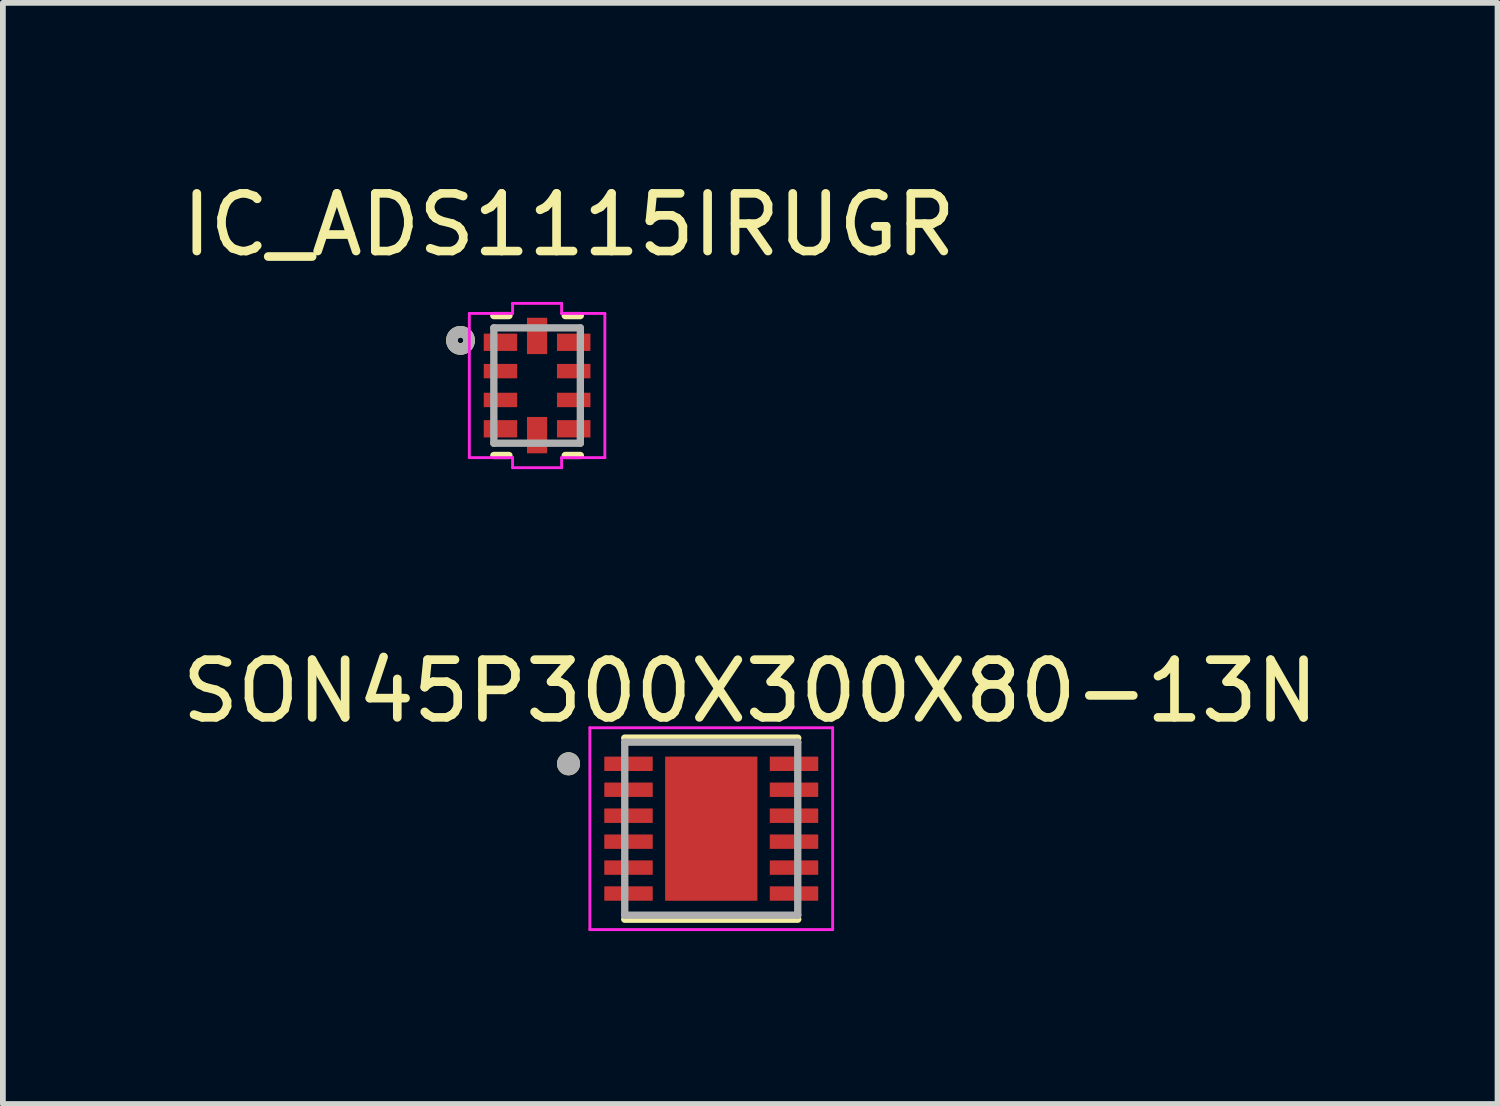
<source format=kicad_pcb>
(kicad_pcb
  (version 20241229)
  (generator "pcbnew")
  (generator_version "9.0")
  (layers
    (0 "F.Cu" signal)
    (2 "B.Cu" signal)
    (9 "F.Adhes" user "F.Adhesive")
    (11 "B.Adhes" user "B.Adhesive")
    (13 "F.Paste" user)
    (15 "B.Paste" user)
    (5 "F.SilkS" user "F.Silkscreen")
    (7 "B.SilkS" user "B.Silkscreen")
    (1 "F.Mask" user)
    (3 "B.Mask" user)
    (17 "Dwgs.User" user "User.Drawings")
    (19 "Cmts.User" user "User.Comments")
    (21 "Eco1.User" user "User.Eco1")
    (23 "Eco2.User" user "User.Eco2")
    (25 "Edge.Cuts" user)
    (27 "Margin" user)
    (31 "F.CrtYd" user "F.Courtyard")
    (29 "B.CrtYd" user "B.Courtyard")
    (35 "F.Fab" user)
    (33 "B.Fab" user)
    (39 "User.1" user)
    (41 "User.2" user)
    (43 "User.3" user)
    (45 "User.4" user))
  (footprint "SON45P300X300X80-13N"
    (layer "F.Cu")
    (at 9.283 11.319)
    (property "Reference" "SON45P300X300X80-13N" (at 0.675 -2.385 0) (layer "F.SilkS") (effects (font (size 1 1) (thickness 0.15))))
    (attr smd)
    (fp_line (start -1.5 -1.57) (end 1.5 -1.57) (stroke (width 0.127) (type solid)) (layer "F.SilkS"))
    (fp_line (start -1.5 1.57) (end 1.5 1.57) (stroke (width 0.127) (type solid)) (layer "F.SilkS"))
    (fp_circle (center -2.475 -1.125) (end -2.375 -1.125) (stroke (width 0.2) (type solid)) (fill no) (layer "F.SilkS"))
    (fp_poly (pts (xy -0.51 -0.79) (xy 0.51 -0.79) (xy 0.51 0.79) (xy -0.51 0.79)) (stroke (width 0.01) (type solid)) (fill yes) (layer "F.Paste"))
    (fp_line (start -2.105 -1.75) (end -2.105 1.75) (stroke (width 0.05) (type solid)) (layer "F.CrtYd"))
    (fp_line (start -2.105 -1.75) (end 2.105 -1.75) (stroke (width 0.05) (type solid)) (layer "F.CrtYd"))
    (fp_line (start -2.105 1.75) (end 2.105 1.75) (stroke (width 0.05) (type solid)) (layer "F.CrtYd"))
    (fp_line (start 2.105 -1.75) (end 2.105 1.75) (stroke (width 0.05) (type solid)) (layer "F.CrtYd"))
    (fp_line (start -1.5 -1.5) (end -1.5 1.5) (stroke (width 0.127) (type solid)) (layer "F.Fab"))
    (fp_line (start -1.5 -1.5) (end 1.5 -1.5) (stroke (width 0.127) (type solid)) (layer "F.Fab"))
    (fp_line (start -1.5 1.5) (end 1.5 1.5) (stroke (width 0.127) (type solid)) (layer "F.Fab"))
    (fp_line (start 1.5 -1.5) (end 1.5 1.5) (stroke (width 0.127) (type solid)) (layer "F.Fab"))
    (fp_circle (center -2.475 -1.125) (end -2.375 -1.125) (stroke (width 0.2) (type solid)) (fill no) (layer "F.Fab"))
    (pad "1" smd roundrect (at -1.435 -1.125) (size 0.84 0.25) (layers "F.Cu" "F.Mask" "F.Paste") (roundrect_rratio 0.03))
    (pad "2" smd roundrect (at -1.435 -0.675) (size 0.84 0.25) (layers "F.Cu" "F.Mask" "F.Paste") (roundrect_rratio 0.03))
    (pad "3" smd roundrect (at -1.435 -0.225) (size 0.84 0.25) (layers "F.Cu" "F.Mask" "F.Paste") (roundrect_rratio 0.03))
    (pad "4" smd roundrect (at -1.435 0.225) (size 0.84 0.25) (layers "F.Cu" "F.Mask" "F.Paste") (roundrect_rratio 0.03))
    (pad "5" smd roundrect (at -1.435 0.675) (size 0.84 0.25) (layers "F.Cu" "F.Mask" "F.Paste") (roundrect_rratio 0.03))
    (pad "6" smd roundrect (at -1.435 1.125) (size 0.84 0.25) (layers "F.Cu" "F.Mask" "F.Paste") (roundrect_rratio 0.03))
    (pad "7" smd roundrect (at 1.435 1.125) (size 0.84 0.25) (layers "F.Cu" "F.Mask" "F.Paste") (roundrect_rratio 0.03))
    (pad "8" smd roundrect (at 1.435 0.675) (size 0.84 0.25) (layers "F.Cu" "F.Mask" "F.Paste") (roundrect_rratio 0.03))
    (pad "9" smd roundrect (at 1.435 0.225) (size 0.84 0.25) (layers "F.Cu" "F.Mask" "F.Paste") (roundrect_rratio 0.03))
    (pad "10" smd roundrect (at 1.435 -0.225) (size 0.84 0.25) (layers "F.Cu" "F.Mask" "F.Paste") (roundrect_rratio 0.03))
    (pad "11" smd roundrect (at 1.435 -0.675) (size 0.84 0.25) (layers "F.Cu" "F.Mask" "F.Paste") (roundrect_rratio 0.03))
    (pad "12" smd roundrect (at 1.435 -1.125) (size 0.84 0.25) (layers "F.Cu" "F.Mask" "F.Paste") (roundrect_rratio 0.03))
    (pad "13" smd rect (at 0 0) (size 1.6 2.5) (layers "F.Cu" "F.Mask")))
  (footprint "IC_ADS1115IRUGR"
    (layer "F.Cu")
    (at 6.263 3.635)
    (property "Reference" "IC_ADS1115IRUGR" (at 0.552 -2.787 0) (layer "F.SilkS") (effects (font (size 1 1) (thickness 0.15))))
    (attr smd)
    (fp_line (start -0.488 -1.213) (end -0.75 -1.213) (stroke (width 0.127) (type solid)) (layer "F.SilkS"))
    (fp_line (start -0.488 1.213) (end -0.75 1.213) (stroke (width 0.127) (type solid)) (layer "F.SilkS"))
    (fp_line (start 0.75 -1.213) (end 0.488 -1.213) (stroke (width 0.127) (type solid)) (layer "F.SilkS"))
    (fp_line (start 0.75 1.213) (end 0.488 1.213) (stroke (width 0.127) (type solid)) (layer "F.SilkS"))
    (fp_circle (center -1.328 -0.783) (end -1.278 -0.783) (stroke (width 0.2) (type solid)) (fill no) (layer "F.SilkS"))
    (fp_poly (pts (xy -0.92 -0.6) (xy -0.92 -0.9) (xy -0.35 -0.9) (xy -0.35 -0.6)) (stroke (width 0.01) (type solid)) (fill yes) (layer "F.Paste"))
    (fp_poly (pts (xy -0.92 -0.13) (xy -0.92 -0.37) (xy -0.35 -0.37) (xy -0.35 -0.13)) (stroke (width 0.01) (type solid)) (fill yes) (layer "F.Paste"))
    (fp_poly (pts (xy -0.92 0.37) (xy -0.92 0.13) (xy -0.35 0.13) (xy -0.35 0.37)) (stroke (width 0.01) (type solid)) (fill yes) (layer "F.Paste"))
    (fp_poly (pts (xy -0.92 0.9) (xy -0.92 0.6) (xy -0.35 0.6) (xy -0.35 0.9)) (stroke (width 0.01) (type solid)) (fill yes) (layer "F.Paste"))
    (fp_poly (pts (xy -0.17 -1.17) (xy 0.17 -1.17) (xy 0.17 -0.55) (xy -0.17 -0.55)) (stroke (width 0.01) (type solid)) (fill yes) (layer "F.Paste"))
    (fp_poly (pts (xy -0.17 0.55) (xy 0.17 0.55) (xy 0.17 1.17) (xy -0.17 1.17)) (stroke (width 0.01) (type solid)) (fill yes) (layer "F.Paste"))
    (fp_poly (pts (xy 0.35 -0.6) (xy 0.35 -0.9) (xy 0.92 -0.9) (xy 0.92 -0.6)) (stroke (width 0.01) (type solid)) (fill yes) (layer "F.Paste"))
    (fp_poly (pts (xy 0.35 -0.13) (xy 0.35 -0.37) (xy 0.92 -0.37) (xy 0.92 -0.13)) (stroke (width 0.01) (type solid)) (fill yes) (layer "F.Paste"))
    (fp_poly (pts (xy 0.35 0.37) (xy 0.35 0.13) (xy 0.92 0.13) (xy 0.92 0.37)) (stroke (width 0.01) (type solid)) (fill yes) (layer "F.Paste"))
    (fp_poly (pts (xy 0.35 0.9) (xy 0.35 0.6) (xy 0.92 0.6) (xy 0.92 0.9)) (stroke (width 0.01) (type solid)) (fill yes) (layer "F.Paste"))
    (fp_line (start -1.175 -1.25) (end -0.425 -1.25) (stroke (width 0.05) (type solid)) (layer "F.CrtYd"))
    (fp_line (start -1.175 1.25) (end -1.175 -1.25) (stroke (width 0.05) (type solid)) (layer "F.CrtYd"))
    (fp_line (start -0.425 -1.425) (end 0.425 -1.425) (stroke (width 0.05) (type solid)) (layer "F.CrtYd"))
    (fp_line (start -0.425 -1.25) (end -0.425 -1.425) (stroke (width 0.05) (type solid)) (layer "F.CrtYd"))
    (fp_line (start -0.425 1.25) (end -1.175 1.25) (stroke (width 0.05) (type solid)) (layer "F.CrtYd"))
    (fp_line (start -0.425 1.425) (end -0.425 1.25) (stroke (width 0.05) (type solid)) (layer "F.CrtYd"))
    (fp_line (start 0.425 -1.425) (end 0.425 -1.25) (stroke (width 0.05) (type solid)) (layer "F.CrtYd"))
    (fp_line (start 0.425 -1.25) (end 1.175 -1.25) (stroke (width 0.05) (type solid)) (layer "F.CrtYd"))
    (fp_line (start 0.425 1.25) (end 0.425 1.425) (stroke (width 0.05) (type solid)) (layer "F.CrtYd"))
    (fp_line (start 0.425 1.425) (end -0.425 1.425) (stroke (width 0.05) (type solid)) (layer "F.CrtYd"))
    (fp_line (start 1.175 -1.25) (end 1.175 1.25) (stroke (width 0.05) (type solid)) (layer "F.CrtYd"))
    (fp_line (start 1.175 1.25) (end 0.425 1.25) (stroke (width 0.05) (type solid)) (layer "F.CrtYd"))
    (fp_line (start -0.75 -1) (end -0.75 1) (stroke (width 0.127) (type solid)) (layer "F.Fab"))
    (fp_line (start -0.75 1) (end 0.75 1) (stroke (width 0.127) (type solid)) (layer "F.Fab"))
    (fp_line (start 0.75 -1) (end -0.75 -1) (stroke (width 0.127) (type solid)) (layer "F.Fab"))
    (fp_line (start 0.75 1) (end 0.75 -1) (stroke (width 0.127) (type solid)) (layer "F.Fab"))
    (fp_circle (center -1.328 -0.783) (end -1.278 -0.783) (stroke (width 0.2) (type solid)) (fill no) (layer "F.Fab"))
    (pad "1" smd rect (at -0.635 -0.75 270) (size 0.3 0.58) (layers "F.Cu" "F.Mask"))
    (pad "2" smd rect (at -0.635 -0.25 270) (size 0.25 0.58) (layers "F.Cu" "F.Mask"))
    (pad "3" smd rect (at -0.635 0.25 270) (size 0.25 0.58) (layers "F.Cu" "F.Mask"))
    (pad "4" smd rect (at -0.635 0.75 270) (size 0.3 0.58) (layers "F.Cu" "F.Mask"))
    (pad "5" smd rect (at 0 0.86 270) (size 0.63 0.35) (layers "F.Cu" "F.Mask"))
    (pad "6" smd rect (at 0.635 0.75 270) (size 0.3 0.58) (layers "F.Cu" "F.Mask"))
    (pad "7" smd rect (at 0.635 0.25 270) (size 0.25 0.58) (layers "F.Cu" "F.Mask"))
    (pad "8" smd rect (at 0.635 -0.25 270) (size 0.25 0.58) (layers "F.Cu" "F.Mask"))
    (pad "9" smd rect (at 0.635 -0.75 270) (size 0.3 0.58) (layers "F.Cu" "F.Mask"))
    (pad "10" smd rect (at 0 -0.86 270) (size 0.63 0.35) (layers "F.Cu" "F.Mask")))
  (gr_rect
    (start -3 -3)
    (end 22.917 16.093)
    (stroke (width 0.1) (type default))
    (fill no)
    (layer "Edge.Cuts")))
</source>
